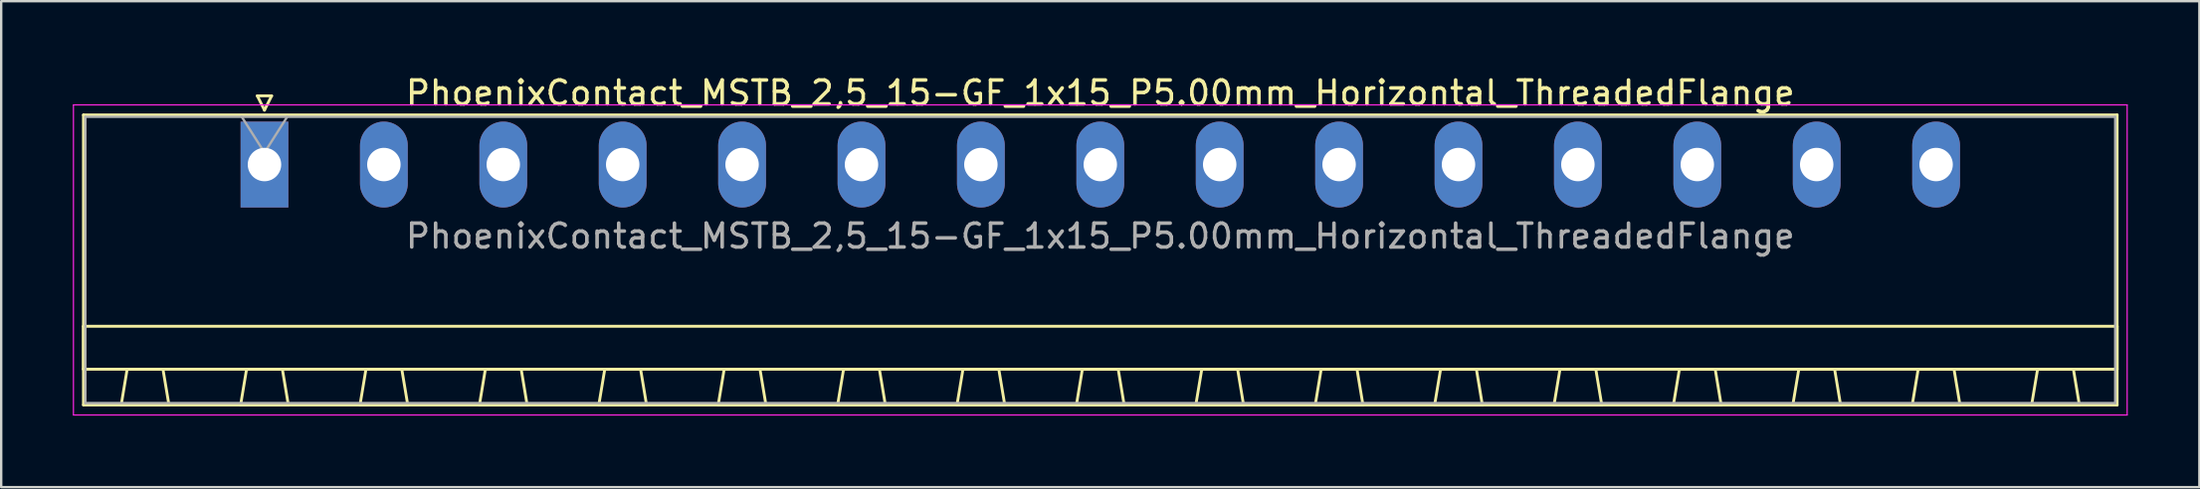
<source format=kicad_pcb>
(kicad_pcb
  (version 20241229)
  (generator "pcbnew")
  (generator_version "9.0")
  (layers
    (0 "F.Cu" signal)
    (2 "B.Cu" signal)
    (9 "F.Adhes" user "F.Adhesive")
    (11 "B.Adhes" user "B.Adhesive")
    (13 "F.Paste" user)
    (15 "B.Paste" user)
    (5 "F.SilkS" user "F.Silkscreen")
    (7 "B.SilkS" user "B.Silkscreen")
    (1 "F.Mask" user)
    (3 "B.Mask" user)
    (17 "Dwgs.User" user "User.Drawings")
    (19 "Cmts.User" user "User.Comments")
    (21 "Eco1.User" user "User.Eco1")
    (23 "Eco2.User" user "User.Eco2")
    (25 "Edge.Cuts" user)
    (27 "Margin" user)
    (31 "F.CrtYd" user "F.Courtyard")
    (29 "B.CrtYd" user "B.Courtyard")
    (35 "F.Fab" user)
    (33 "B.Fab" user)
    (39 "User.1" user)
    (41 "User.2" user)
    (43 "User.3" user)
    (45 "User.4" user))
  (footprint "PhoenixContact_MSTB_2,5_15-GF_1x15_P5.00mm_Horizontal_ThreadedFlange"
    (layer "F.Cu")
    (at 8.025 3.848)
    (property "Reference" "PhoenixContact_MSTB_2,5_15-GF_1x15_P5.00mm_Horizontal_ThreadedFlange" (at 35 -3 0) (layer "F.SilkS") (effects (font (size 1 1) (thickness 0.15))))
    (attr through_hole)
    (fp_line (start -7.58 -2.08) (end -7.58 10.08) (stroke (width 0.12) (type solid)) (layer "F.SilkS"))
    (fp_line (start -7.58 6.78) (end 77.58 6.78) (stroke (width 0.12) (type solid)) (layer "F.SilkS"))
    (fp_line (start -7.58 8.58) (end -7.58 6.78) (stroke (width 0.12) (type solid)) (layer "F.SilkS"))
    (fp_line (start -7.58 10.08) (end 77.58 10.08) (stroke (width 0.12) (type solid)) (layer "F.SilkS"))
    (fp_line (start -6 10.08) (end -4 10.08) (stroke (width 0.12) (type solid)) (layer "F.SilkS"))
    (fp_line (start -5.75 8.58) (end -6 10.08) (stroke (width 0.12) (type solid)) (layer "F.SilkS"))
    (fp_line (start -4.25 8.58) (end -5.75 8.58) (stroke (width 0.12) (type solid)) (layer "F.SilkS"))
    (fp_line (start -4 10.08) (end -4.25 8.58) (stroke (width 0.12) (type solid)) (layer "F.SilkS"))
    (fp_line (start -1 10.08) (end 1 10.08) (stroke (width 0.12) (type solid)) (layer "F.SilkS"))
    (fp_line (start -0.75 8.58) (end -1 10.08) (stroke (width 0.12) (type solid)) (layer "F.SilkS"))
    (fp_line (start -0.3 -2.88) (end 0.3 -2.88) (stroke (width 0.12) (type solid)) (layer "F.SilkS"))
    (fp_line (start 0 -2.28) (end -0.3 -2.88) (stroke (width 0.12) (type solid)) (layer "F.SilkS"))
    (fp_line (start 0.3 -2.88) (end 0 -2.28) (stroke (width 0.12) (type solid)) (layer "F.SilkS"))
    (fp_line (start 0.75 8.58) (end -0.75 8.58) (stroke (width 0.12) (type solid)) (layer "F.SilkS"))
    (fp_line (start 1 10.08) (end 0.75 8.58) (stroke (width 0.12) (type solid)) (layer "F.SilkS"))
    (fp_line (start 4 10.08) (end 6 10.08) (stroke (width 0.12) (type solid)) (layer "F.SilkS"))
    (fp_line (start 4.25 8.58) (end 4 10.08) (stroke (width 0.12) (type solid)) (layer "F.SilkS"))
    (fp_line (start 5.75 8.58) (end 4.25 8.58) (stroke (width 0.12) (type solid)) (layer "F.SilkS"))
    (fp_line (start 6 10.08) (end 5.75 8.58) (stroke (width 0.12) (type solid)) (layer "F.SilkS"))
    (fp_line (start 9 10.08) (end 11 10.08) (stroke (width 0.12) (type solid)) (layer "F.SilkS"))
    (fp_line (start 9.25 8.58) (end 9 10.08) (stroke (width 0.12) (type solid)) (layer "F.SilkS"))
    (fp_line (start 10.75 8.58) (end 9.25 8.58) (stroke (width 0.12) (type solid)) (layer "F.SilkS"))
    (fp_line (start 11 10.08) (end 10.75 8.58) (stroke (width 0.12) (type solid)) (layer "F.SilkS"))
    (fp_line (start 14 10.08) (end 16 10.08) (stroke (width 0.12) (type solid)) (layer "F.SilkS"))
    (fp_line (start 14.25 8.58) (end 14 10.08) (stroke (width 0.12) (type solid)) (layer "F.SilkS"))
    (fp_line (start 15.75 8.58) (end 14.25 8.58) (stroke (width 0.12) (type solid)) (layer "F.SilkS"))
    (fp_line (start 16 10.08) (end 15.75 8.58) (stroke (width 0.12) (type solid)) (layer "F.SilkS"))
    (fp_line (start 19 10.08) (end 21 10.08) (stroke (width 0.12) (type solid)) (layer "F.SilkS"))
    (fp_line (start 19.25 8.58) (end 19 10.08) (stroke (width 0.12) (type solid)) (layer "F.SilkS"))
    (fp_line (start 20.75 8.58) (end 19.25 8.58) (stroke (width 0.12) (type solid)) (layer "F.SilkS"))
    (fp_line (start 21 10.08) (end 20.75 8.58) (stroke (width 0.12) (type solid)) (layer "F.SilkS"))
    (fp_line (start 24 10.08) (end 26 10.08) (stroke (width 0.12) (type solid)) (layer "F.SilkS"))
    (fp_line (start 24.25 8.58) (end 24 10.08) (stroke (width 0.12) (type solid)) (layer "F.SilkS"))
    (fp_line (start 25.75 8.58) (end 24.25 8.58) (stroke (width 0.12) (type solid)) (layer "F.SilkS"))
    (fp_line (start 26 10.08) (end 25.75 8.58) (stroke (width 0.12) (type solid)) (layer "F.SilkS"))
    (fp_line (start 29 10.08) (end 31 10.08) (stroke (width 0.12) (type solid)) (layer "F.SilkS"))
    (fp_line (start 29.25 8.58) (end 29 10.08) (stroke (width 0.12) (type solid)) (layer "F.SilkS"))
    (fp_line (start 30.75 8.58) (end 29.25 8.58) (stroke (width 0.12) (type solid)) (layer "F.SilkS"))
    (fp_line (start 31 10.08) (end 30.75 8.58) (stroke (width 0.12) (type solid)) (layer "F.SilkS"))
    (fp_line (start 34 10.08) (end 36 10.08) (stroke (width 0.12) (type solid)) (layer "F.SilkS"))
    (fp_line (start 34.25 8.58) (end 34 10.08) (stroke (width 0.12) (type solid)) (layer "F.SilkS"))
    (fp_line (start 35.75 8.58) (end 34.25 8.58) (stroke (width 0.12) (type solid)) (layer "F.SilkS"))
    (fp_line (start 36 10.08) (end 35.75 8.58) (stroke (width 0.12) (type solid)) (layer "F.SilkS"))
    (fp_line (start 39 10.08) (end 41 10.08) (stroke (width 0.12) (type solid)) (layer "F.SilkS"))
    (fp_line (start 39.25 8.58) (end 39 10.08) (stroke (width 0.12) (type solid)) (layer "F.SilkS"))
    (fp_line (start 40.75 8.58) (end 39.25 8.58) (stroke (width 0.12) (type solid)) (layer "F.SilkS"))
    (fp_line (start 41 10.08) (end 40.75 8.58) (stroke (width 0.12) (type solid)) (layer "F.SilkS"))
    (fp_line (start 44 10.08) (end 46 10.08) (stroke (width 0.12) (type solid)) (layer "F.SilkS"))
    (fp_line (start 44.25 8.58) (end 44 10.08) (stroke (width 0.12) (type solid)) (layer "F.SilkS"))
    (fp_line (start 45.75 8.58) (end 44.25 8.58) (stroke (width 0.12) (type solid)) (layer "F.SilkS"))
    (fp_line (start 46 10.08) (end 45.75 8.58) (stroke (width 0.12) (type solid)) (layer "F.SilkS"))
    (fp_line (start 49 10.08) (end 51 10.08) (stroke (width 0.12) (type solid)) (layer "F.SilkS"))
    (fp_line (start 49.25 8.58) (end 49 10.08) (stroke (width 0.12) (type solid)) (layer "F.SilkS"))
    (fp_line (start 50.75 8.58) (end 49.25 8.58) (stroke (width 0.12) (type solid)) (layer "F.SilkS"))
    (fp_line (start 51 10.08) (end 50.75 8.58) (stroke (width 0.12) (type solid)) (layer "F.SilkS"))
    (fp_line (start 54 10.08) (end 56 10.08) (stroke (width 0.12) (type solid)) (layer "F.SilkS"))
    (fp_line (start 54.25 8.58) (end 54 10.08) (stroke (width 0.12) (type solid)) (layer "F.SilkS"))
    (fp_line (start 55.75 8.58) (end 54.25 8.58) (stroke (width 0.12) (type solid)) (layer "F.SilkS"))
    (fp_line (start 56 10.08) (end 55.75 8.58) (stroke (width 0.12) (type solid)) (layer "F.SilkS"))
    (fp_line (start 59 10.08) (end 61 10.08) (stroke (width 0.12) (type solid)) (layer "F.SilkS"))
    (fp_line (start 59.25 8.58) (end 59 10.08) (stroke (width 0.12) (type solid)) (layer "F.SilkS"))
    (fp_line (start 60.75 8.58) (end 59.25 8.58) (stroke (width 0.12) (type solid)) (layer "F.SilkS"))
    (fp_line (start 61 10.08) (end 60.75 8.58) (stroke (width 0.12) (type solid)) (layer "F.SilkS"))
    (fp_line (start 64 10.08) (end 66 10.08) (stroke (width 0.12) (type solid)) (layer "F.SilkS"))
    (fp_line (start 64.25 8.58) (end 64 10.08) (stroke (width 0.12) (type solid)) (layer "F.SilkS"))
    (fp_line (start 65.75 8.58) (end 64.25 8.58) (stroke (width 0.12) (type solid)) (layer "F.SilkS"))
    (fp_line (start 66 10.08) (end 65.75 8.58) (stroke (width 0.12) (type solid)) (layer "F.SilkS"))
    (fp_line (start 69 10.08) (end 71 10.08) (stroke (width 0.12) (type solid)) (layer "F.SilkS"))
    (fp_line (start 69.25 8.58) (end 69 10.08) (stroke (width 0.12) (type solid)) (layer "F.SilkS"))
    (fp_line (start 70.75 8.58) (end 69.25 8.58) (stroke (width 0.12) (type solid)) (layer "F.SilkS"))
    (fp_line (start 71 10.08) (end 70.75 8.58) (stroke (width 0.12) (type solid)) (layer "F.SilkS"))
    (fp_line (start 74 10.08) (end 76 10.08) (stroke (width 0.12) (type solid)) (layer "F.SilkS"))
    (fp_line (start 74.25 8.58) (end 74 10.08) (stroke (width 0.12) (type solid)) (layer "F.SilkS"))
    (fp_line (start 75.75 8.58) (end 74.25 8.58) (stroke (width 0.12) (type solid)) (layer "F.SilkS"))
    (fp_line (start 76 10.08) (end 75.75 8.58) (stroke (width 0.12) (type solid)) (layer "F.SilkS"))
    (fp_line (start 77.58 -2.08) (end -7.58 -2.08) (stroke (width 0.12) (type solid)) (layer "F.SilkS"))
    (fp_line (start 77.58 6.78) (end 77.58 8.58) (stroke (width 0.12) (type solid)) (layer "F.SilkS"))
    (fp_line (start 77.58 8.58) (end -7.58 8.58) (stroke (width 0.12) (type solid)) (layer "F.SilkS"))
    (fp_line (start 77.58 10.08) (end 77.58 -2.08) (stroke (width 0.12) (type solid)) (layer "F.SilkS"))
    (fp_line (start -8 -2.5) (end -8 10.5) (stroke (width 0.05) (type solid)) (layer "F.CrtYd"))
    (fp_line (start -8 10.5) (end 78 10.5) (stroke (width 0.05) (type solid)) (layer "F.CrtYd"))
    (fp_line (start 78 -2.5) (end -8 -2.5) (stroke (width 0.05) (type solid)) (layer "F.CrtYd"))
    (fp_line (start 78 10.5) (end 78 -2.5) (stroke (width 0.05) (type solid)) (layer "F.CrtYd"))
    (fp_line (start -7.5 -2) (end -7.5 10) (stroke (width 0.1) (type solid)) (layer "F.Fab"))
    (fp_line (start -7.5 10) (end 77.5 10) (stroke (width 0.1) (type solid)) (layer "F.Fab"))
    (fp_line (start 0 -0.5) (end -0.95 -2) (stroke (width 0.1) (type solid)) (layer "F.Fab"))
    (fp_line (start 0.95 -2) (end 0 -0.5) (stroke (width 0.1) (type solid)) (layer "F.Fab"))
    (fp_line (start 77.5 -2) (end -7.5 -2) (stroke (width 0.1) (type solid)) (layer "F.Fab"))
    (fp_line (start 77.5 10) (end 77.5 -2) (stroke (width 0.1) (type solid)) (layer "F.Fab"))
    (fp_text user "${REFERENCE}" (at 35 3 0) (layer "F.Fab") (effects (font (size 1 1) (thickness 0.15))))
    (pad "1" thru_hole rect (at 0 0) (size 2 3.6) (drill 1.4) (layers "*.Cu" "*.Mask"))
    (pad "2" thru_hole oval (at 5 0) (size 2 3.6) (drill 1.4) (layers "*.Cu" "*.Mask"))
    (pad "3" thru_hole oval (at 10 0) (size 2 3.6) (drill 1.4) (layers "*.Cu" "*.Mask"))
    (pad "4" thru_hole oval (at 15 0) (size 2 3.6) (drill 1.4) (layers "*.Cu" "*.Mask"))
    (pad "5" thru_hole oval (at 20 0) (size 2 3.6) (drill 1.4) (layers "*.Cu" "*.Mask"))
    (pad "6" thru_hole oval (at 25 0) (size 2 3.6) (drill 1.4) (layers "*.Cu" "*.Mask"))
    (pad "7" thru_hole oval (at 30 0) (size 2 3.6) (drill 1.4) (layers "*.Cu" "*.Mask"))
    (pad "8" thru_hole oval (at 35 0) (size 2 3.6) (drill 1.4) (layers "*.Cu" "*.Mask"))
    (pad "9" thru_hole oval (at 40 0) (size 2 3.6) (drill 1.4) (layers "*.Cu" "*.Mask"))
    (pad "10" thru_hole oval (at 45 0) (size 2 3.6) (drill 1.4) (layers "*.Cu" "*.Mask"))
    (pad "11" thru_hole oval (at 50 0) (size 2 3.6) (drill 1.4) (layers "*.Cu" "*.Mask"))
    (pad "12" thru_hole oval (at 55 0) (size 2 3.6) (drill 1.4) (layers "*.Cu" "*.Mask"))
    (pad "13" thru_hole oval (at 60 0) (size 2 3.6) (drill 1.4) (layers "*.Cu" "*.Mask"))
    (pad "14" thru_hole oval (at 65 0) (size 2 3.6) (drill 1.4) (layers "*.Cu" "*.Mask"))
    (pad "15" thru_hole oval (at 70 0) (size 2 3.6) (drill 1.4) (layers "*.Cu" "*.Mask")))
  (gr_rect
    (start -3 -3)
    (end 89.05 17.373)
    (stroke (width 0.1) (type default))
    (fill no)
    (layer "Edge.Cuts")))
</source>
